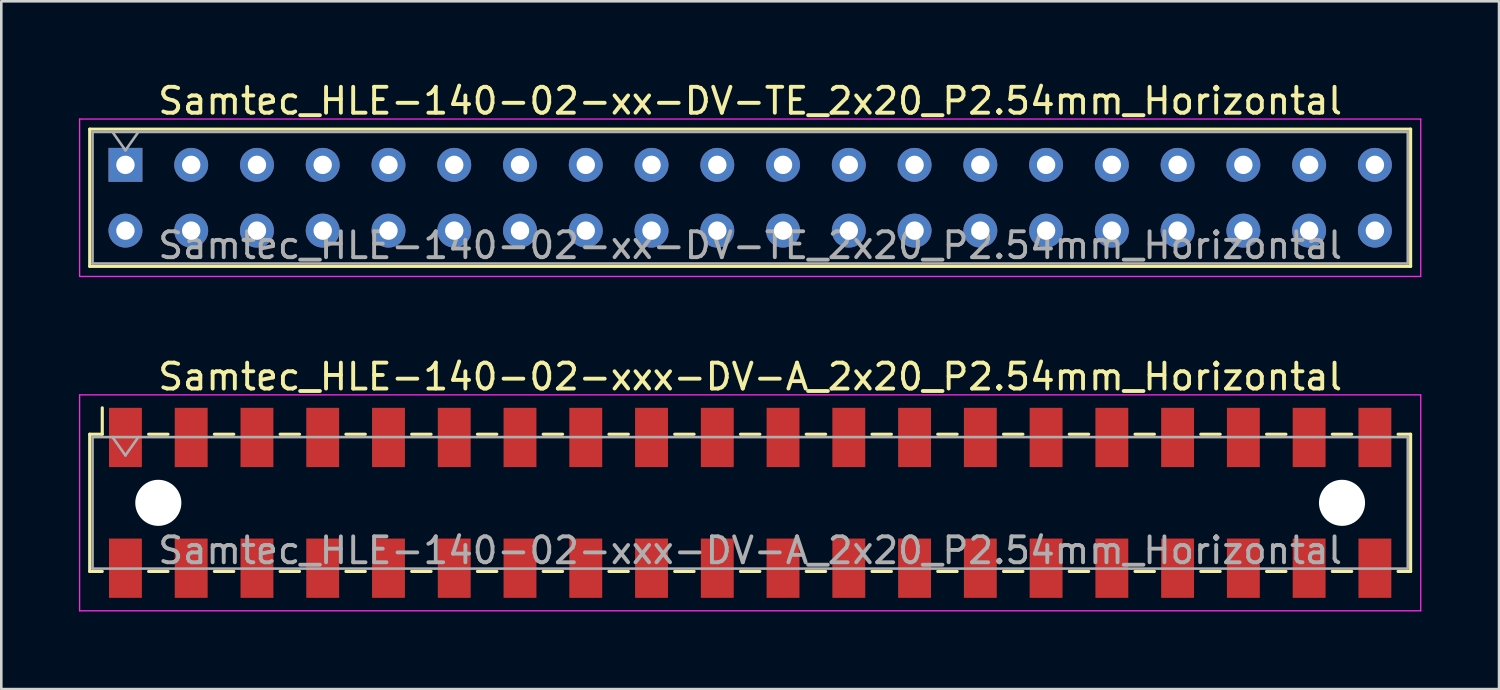
<source format=kicad_pcb>
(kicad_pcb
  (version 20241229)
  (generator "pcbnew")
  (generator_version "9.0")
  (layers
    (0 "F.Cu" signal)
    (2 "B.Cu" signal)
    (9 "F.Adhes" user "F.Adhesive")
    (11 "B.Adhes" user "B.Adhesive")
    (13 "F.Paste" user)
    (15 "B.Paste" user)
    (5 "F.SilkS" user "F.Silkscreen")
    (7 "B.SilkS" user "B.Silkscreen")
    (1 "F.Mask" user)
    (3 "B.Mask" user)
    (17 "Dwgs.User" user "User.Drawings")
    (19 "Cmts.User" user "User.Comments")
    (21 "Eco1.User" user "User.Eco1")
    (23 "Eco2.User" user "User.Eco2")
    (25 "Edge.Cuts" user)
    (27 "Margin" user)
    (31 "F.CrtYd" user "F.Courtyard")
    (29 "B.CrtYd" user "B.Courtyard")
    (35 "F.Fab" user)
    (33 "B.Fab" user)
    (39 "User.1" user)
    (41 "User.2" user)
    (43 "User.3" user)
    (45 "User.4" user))
  (footprint "Samtec_HLE-140-02-xxx-DV-A_2x20_P2.54mm_Horizontal"
    (layer "F.Cu")
    (at 25.925 16.372)
    (property "Reference" "Samtec_HLE-140-02-xxx-DV-A_2x20_P2.54mm_Horizontal" (at 0 -4.87 0) (layer "F.SilkS") (effects (font (size 1 1) (thickness 0.15))))
    (attr smd)
    (fp_line (start -25.51 -2.65) (end -25.51 2.65) (stroke (width 0.12) (type solid)) (layer "F.SilkS"))
    (fp_line (start -25.51 2.65) (end -25.025 2.65) (stroke (width 0.12) (type solid)) (layer "F.SilkS"))
    (fp_line (start -25.025 -3.67) (end -25.025 -2.65) (stroke (width 0.12) (type solid)) (layer "F.SilkS"))
    (fp_line (start -25.025 -2.65) (end -25.51 -2.65) (stroke (width 0.12) (type solid)) (layer "F.SilkS"))
    (fp_line (start -23.235 -2.65) (end -22.485 -2.65) (stroke (width 0.12) (type solid)) (layer "F.SilkS"))
    (fp_line (start -23.235 2.65) (end -22.485 2.65) (stroke (width 0.12) (type solid)) (layer "F.SilkS"))
    (fp_line (start -20.695 -2.65) (end -19.945 -2.65) (stroke (width 0.12) (type solid)) (layer "F.SilkS"))
    (fp_line (start -20.695 2.65) (end -19.945 2.65) (stroke (width 0.12) (type solid)) (layer "F.SilkS"))
    (fp_line (start -18.155 -2.65) (end -17.405 -2.65) (stroke (width 0.12) (type solid)) (layer "F.SilkS"))
    (fp_line (start -18.155 2.65) (end -17.405 2.65) (stroke (width 0.12) (type solid)) (layer "F.SilkS"))
    (fp_line (start -15.615 -2.65) (end -14.865 -2.65) (stroke (width 0.12) (type solid)) (layer "F.SilkS"))
    (fp_line (start -15.615 2.65) (end -14.865 2.65) (stroke (width 0.12) (type solid)) (layer "F.SilkS"))
    (fp_line (start -13.075 -2.65) (end -12.325 -2.65) (stroke (width 0.12) (type solid)) (layer "F.SilkS"))
    (fp_line (start -13.075 2.65) (end -12.325 2.65) (stroke (width 0.12) (type solid)) (layer "F.SilkS"))
    (fp_line (start -10.535 -2.65) (end -9.785 -2.65) (stroke (width 0.12) (type solid)) (layer "F.SilkS"))
    (fp_line (start -10.535 2.65) (end -9.785 2.65) (stroke (width 0.12) (type solid)) (layer "F.SilkS"))
    (fp_line (start -7.995 -2.65) (end -7.245 -2.65) (stroke (width 0.12) (type solid)) (layer "F.SilkS"))
    (fp_line (start -7.995 2.65) (end -7.245 2.65) (stroke (width 0.12) (type solid)) (layer "F.SilkS"))
    (fp_line (start -5.455 -2.65) (end -4.705 -2.65) (stroke (width 0.12) (type solid)) (layer "F.SilkS"))
    (fp_line (start -5.455 2.65) (end -4.705 2.65) (stroke (width 0.12) (type solid)) (layer "F.SilkS"))
    (fp_line (start -2.915 -2.65) (end -2.165 -2.65) (stroke (width 0.12) (type solid)) (layer "F.SilkS"))
    (fp_line (start -2.915 2.65) (end -2.165 2.65) (stroke (width 0.12) (type solid)) (layer "F.SilkS"))
    (fp_line (start -0.375 -2.65) (end 0.375 -2.65) (stroke (width 0.12) (type solid)) (layer "F.SilkS"))
    (fp_line (start -0.375 2.65) (end 0.375 2.65) (stroke (width 0.12) (type solid)) (layer "F.SilkS"))
    (fp_line (start 2.165 -2.65) (end 2.915 -2.65) (stroke (width 0.12) (type solid)) (layer "F.SilkS"))
    (fp_line (start 2.165 2.65) (end 2.915 2.65) (stroke (width 0.12) (type solid)) (layer "F.SilkS"))
    (fp_line (start 4.705 -2.65) (end 5.455 -2.65) (stroke (width 0.12) (type solid)) (layer "F.SilkS"))
    (fp_line (start 4.705 2.65) (end 5.455 2.65) (stroke (width 0.12) (type solid)) (layer "F.SilkS"))
    (fp_line (start 7.245 -2.65) (end 7.995 -2.65) (stroke (width 0.12) (type solid)) (layer "F.SilkS"))
    (fp_line (start 7.245 2.65) (end 7.995 2.65) (stroke (width 0.12) (type solid)) (layer "F.SilkS"))
    (fp_line (start 9.785 -2.65) (end 10.535 -2.65) (stroke (width 0.12) (type solid)) (layer "F.SilkS"))
    (fp_line (start 9.785 2.65) (end 10.535 2.65) (stroke (width 0.12) (type solid)) (layer "F.SilkS"))
    (fp_line (start 12.325 -2.65) (end 13.075 -2.65) (stroke (width 0.12) (type solid)) (layer "F.SilkS"))
    (fp_line (start 12.325 2.65) (end 13.075 2.65) (stroke (width 0.12) (type solid)) (layer "F.SilkS"))
    (fp_line (start 14.865 -2.65) (end 15.615 -2.65) (stroke (width 0.12) (type solid)) (layer "F.SilkS"))
    (fp_line (start 14.865 2.65) (end 15.615 2.65) (stroke (width 0.12) (type solid)) (layer "F.SilkS"))
    (fp_line (start 17.405 -2.65) (end 18.155 -2.65) (stroke (width 0.12) (type solid)) (layer "F.SilkS"))
    (fp_line (start 17.405 2.65) (end 18.155 2.65) (stroke (width 0.12) (type solid)) (layer "F.SilkS"))
    (fp_line (start 19.945 -2.65) (end 20.695 -2.65) (stroke (width 0.12) (type solid)) (layer "F.SilkS"))
    (fp_line (start 19.945 2.65) (end 20.695 2.65) (stroke (width 0.12) (type solid)) (layer "F.SilkS"))
    (fp_line (start 22.485 -2.65) (end 23.235 -2.65) (stroke (width 0.12) (type solid)) (layer "F.SilkS"))
    (fp_line (start 22.485 2.65) (end 23.235 2.65) (stroke (width 0.12) (type solid)) (layer "F.SilkS"))
    (fp_line (start 25.025 -2.65) (end 25.51 -2.65) (stroke (width 0.12) (type solid)) (layer "F.SilkS"))
    (fp_line (start 25.51 -2.65) (end 25.51 2.65) (stroke (width 0.12) (type solid)) (layer "F.SilkS"))
    (fp_line (start 25.51 2.65) (end 25.025 2.65) (stroke (width 0.12) (type solid)) (layer "F.SilkS"))
    (fp_line (start -25.9 -4.17) (end 25.9 -4.17) (stroke (width 0.05) (type solid)) (layer "F.CrtYd"))
    (fp_line (start -25.9 4.17) (end -25.9 -4.17) (stroke (width 0.05) (type solid)) (layer "F.CrtYd"))
    (fp_line (start 25.9 -4.17) (end 25.9 4.17) (stroke (width 0.05) (type solid)) (layer "F.CrtYd"))
    (fp_line (start 25.9 4.17) (end -25.9 4.17) (stroke (width 0.05) (type solid)) (layer "F.CrtYd"))
    (fp_line (start -25.4 -2.54) (end 25.4 -2.54) (stroke (width 0.1) (type solid)) (layer "F.Fab"))
    (fp_line (start -25.4 2.54) (end -25.4 -2.54) (stroke (width 0.1) (type solid)) (layer "F.Fab"))
    (fp_line (start -24.63 -2.54) (end -24.13 -1.833) (stroke (width 0.1) (type solid)) (layer "F.Fab"))
    (fp_line (start -24.13 -1.833) (end -23.63 -2.54) (stroke (width 0.1) (type solid)) (layer "F.Fab"))
    (fp_line (start 25.4 -2.54) (end 25.4 2.54) (stroke (width 0.1) (type solid)) (layer "F.Fab"))
    (fp_line (start 25.4 2.54) (end -25.4 2.54) (stroke (width 0.1) (type solid)) (layer "F.Fab"))
    (fp_text user "${REFERENCE}" (at 0 1.84 0) (layer "F.Fab") (effects (font (size 1 1) (thickness 0.15))))
    (pad "" np_thru_hole circle (at -22.86 0) (size 1.78 1.78) (drill 1.78) (layers "*.Cu" "*.Mask"))
    (pad "" np_thru_hole circle (at 22.86 0) (size 1.78 1.78) (drill 1.78) (layers "*.Cu" "*.Mask"))
    (pad "1" smd rect (at -24.13 -2.525) (size 1.27 2.29) (layers "F.Cu" "F.Mask" "F.Paste"))
    (pad "2" smd rect (at -24.13 2.525) (size 1.27 2.29) (layers "F.Cu" "F.Mask" "F.Paste"))
    (pad "3" smd rect (at -21.59 -2.525) (size 1.27 2.29) (layers "F.Cu" "F.Mask" "F.Paste"))
    (pad "4" smd rect (at -21.59 2.525) (size 1.27 2.29) (layers "F.Cu" "F.Mask" "F.Paste"))
    (pad "5" smd rect (at -19.05 -2.525) (size 1.27 2.29) (layers "F.Cu" "F.Mask" "F.Paste"))
    (pad "6" smd rect (at -19.05 2.525) (size 1.27 2.29) (layers "F.Cu" "F.Mask" "F.Paste"))
    (pad "7" smd rect (at -16.51 -2.525) (size 1.27 2.29) (layers "F.Cu" "F.Mask" "F.Paste"))
    (pad "8" smd rect (at -16.51 2.525) (size 1.27 2.29) (layers "F.Cu" "F.Mask" "F.Paste"))
    (pad "9" smd rect (at -13.97 -2.525) (size 1.27 2.29) (layers "F.Cu" "F.Mask" "F.Paste"))
    (pad "10" smd rect (at -13.97 2.525) (size 1.27 2.29) (layers "F.Cu" "F.Mask" "F.Paste"))
    (pad "11" smd rect (at -11.43 -2.525) (size 1.27 2.29) (layers "F.Cu" "F.Mask" "F.Paste"))
    (pad "12" smd rect (at -11.43 2.525) (size 1.27 2.29) (layers "F.Cu" "F.Mask" "F.Paste"))
    (pad "13" smd rect (at -8.89 -2.525) (size 1.27 2.29) (layers "F.Cu" "F.Mask" "F.Paste"))
    (pad "14" smd rect (at -8.89 2.525) (size 1.27 2.29) (layers "F.Cu" "F.Mask" "F.Paste"))
    (pad "15" smd rect (at -6.35 -2.525) (size 1.27 2.29) (layers "F.Cu" "F.Mask" "F.Paste"))
    (pad "16" smd rect (at -6.35 2.525) (size 1.27 2.29) (layers "F.Cu" "F.Mask" "F.Paste"))
    (pad "17" smd rect (at -3.81 -2.525) (size 1.27 2.29) (layers "F.Cu" "F.Mask" "F.Paste"))
    (pad "18" smd rect (at -3.81 2.525) (size 1.27 2.29) (layers "F.Cu" "F.Mask" "F.Paste"))
    (pad "19" smd rect (at -1.27 -2.525) (size 1.27 2.29) (layers "F.Cu" "F.Mask" "F.Paste"))
    (pad "20" smd rect (at -1.27 2.525) (size 1.27 2.29) (layers "F.Cu" "F.Mask" "F.Paste"))
    (pad "21" smd rect (at 1.27 -2.525) (size 1.27 2.29) (layers "F.Cu" "F.Mask" "F.Paste"))
    (pad "22" smd rect (at 1.27 2.525) (size 1.27 2.29) (layers "F.Cu" "F.Mask" "F.Paste"))
    (pad "23" smd rect (at 3.81 -2.525) (size 1.27 2.29) (layers "F.Cu" "F.Mask" "F.Paste"))
    (pad "24" smd rect (at 3.81 2.525) (size 1.27 2.29) (layers "F.Cu" "F.Mask" "F.Paste"))
    (pad "25" smd rect (at 6.35 -2.525) (size 1.27 2.29) (layers "F.Cu" "F.Mask" "F.Paste"))
    (pad "26" smd rect (at 6.35 2.525) (size 1.27 2.29) (layers "F.Cu" "F.Mask" "F.Paste"))
    (pad "27" smd rect (at 8.89 -2.525) (size 1.27 2.29) (layers "F.Cu" "F.Mask" "F.Paste"))
    (pad "28" smd rect (at 8.89 2.525) (size 1.27 2.29) (layers "F.Cu" "F.Mask" "F.Paste"))
    (pad "29" smd rect (at 11.43 -2.525) (size 1.27 2.29) (layers "F.Cu" "F.Mask" "F.Paste"))
    (pad "30" smd rect (at 11.43 2.525) (size 1.27 2.29) (layers "F.Cu" "F.Mask" "F.Paste"))
    (pad "31" smd rect (at 13.97 -2.525) (size 1.27 2.29) (layers "F.Cu" "F.Mask" "F.Paste"))
    (pad "32" smd rect (at 13.97 2.525) (size 1.27 2.29) (layers "F.Cu" "F.Mask" "F.Paste"))
    (pad "33" smd rect (at 16.51 -2.525) (size 1.27 2.29) (layers "F.Cu" "F.Mask" "F.Paste"))
    (pad "34" smd rect (at 16.51 2.525) (size 1.27 2.29) (layers "F.Cu" "F.Mask" "F.Paste"))
    (pad "35" smd rect (at 19.05 -2.525) (size 1.27 2.29) (layers "F.Cu" "F.Mask" "F.Paste"))
    (pad "36" smd rect (at 19.05 2.525) (size 1.27 2.29) (layers "F.Cu" "F.Mask" "F.Paste"))
    (pad "37" smd rect (at 21.59 -2.525) (size 1.27 2.29) (layers "F.Cu" "F.Mask" "F.Paste"))
    (pad "38" smd rect (at 21.59 2.525) (size 1.27 2.29) (layers "F.Cu" "F.Mask" "F.Paste"))
    (pad "39" smd rect (at 24.13 -2.525) (size 1.27 2.29) (layers "F.Cu" "F.Mask" "F.Paste"))
    (pad "40" smd rect (at 24.13 2.525) (size 1.27 2.29) (layers "F.Cu" "F.Mask" "F.Paste")))
  (footprint "Samtec_HLE-140-02-xx-DV-TE_2x20_P2.54mm_Horizontal"
    (layer "F.Cu")
    (at 1.795 3.318)
    (property "Reference" "Samtec_HLE-140-02-xx-DV-TE_2x20_P2.54mm_Horizontal" (at 24.13 -2.47 0) (layer "F.SilkS") (effects (font (size 1 1) (thickness 0.15))))
    (attr through_hole)
    (fp_line (start -1.38 -1.38) (end 49.64 -1.38) (stroke (width 0.12) (type solid)) (layer "F.SilkS"))
    (fp_line (start -1.38 3.92) (end -1.38 -1.38) (stroke (width 0.12) (type solid)) (layer "F.SilkS"))
    (fp_line (start 49.64 -1.38) (end 49.64 3.92) (stroke (width 0.12) (type solid)) (layer "F.SilkS"))
    (fp_line (start 49.64 3.92) (end -1.38 3.92) (stroke (width 0.12) (type solid)) (layer "F.SilkS"))
    (fp_line (start -1.77 -1.77) (end 50.03 -1.77) (stroke (width 0.05) (type solid)) (layer "F.CrtYd"))
    (fp_line (start -1.77 4.31) (end -1.77 -1.77) (stroke (width 0.05) (type solid)) (layer "F.CrtYd"))
    (fp_line (start 50.03 -1.77) (end 50.03 4.31) (stroke (width 0.05) (type solid)) (layer "F.CrtYd"))
    (fp_line (start 50.03 4.31) (end -1.77 4.31) (stroke (width 0.05) (type solid)) (layer "F.CrtYd"))
    (fp_line (start -1.27 -1.27) (end 49.53 -1.27) (stroke (width 0.1) (type solid)) (layer "F.Fab"))
    (fp_line (start -1.27 3.81) (end -1.27 -1.27) (stroke (width 0.1) (type solid)) (layer "F.Fab"))
    (fp_line (start -0.5 -1.27) (end 0 -0.563) (stroke (width 0.1) (type solid)) (layer "F.Fab"))
    (fp_line (start 0 -0.563) (end 0.5 -1.27) (stroke (width 0.1) (type solid)) (layer "F.Fab"))
    (fp_line (start 49.53 -1.27) (end 49.53 3.81) (stroke (width 0.1) (type solid)) (layer "F.Fab"))
    (fp_line (start 49.53 3.81) (end -1.27 3.81) (stroke (width 0.1) (type solid)) (layer "F.Fab"))
    (fp_text user "${REFERENCE}" (at 24.13 3.11 0) (layer "F.Fab") (effects (font (size 1 1) (thickness 0.15))))
    (pad "1" thru_hole rect (at 0 0) (size 1.31 1.31) (drill 0.71) (layers "*.Cu" "*.Mask"))
    (pad "2" thru_hole circle (at 0 2.54) (size 1.31 1.31) (drill 0.71) (layers "*.Cu" "*.Mask"))
    (pad "3" thru_hole circle (at 2.54 0) (size 1.31 1.31) (drill 0.71) (layers "*.Cu" "*.Mask"))
    (pad "4" thru_hole circle (at 2.54 2.54) (size 1.31 1.31) (drill 0.71) (layers "*.Cu" "*.Mask"))
    (pad "5" thru_hole circle (at 5.08 0) (size 1.31 1.31) (drill 0.71) (layers "*.Cu" "*.Mask"))
    (pad "6" thru_hole circle (at 5.08 2.54) (size 1.31 1.31) (drill 0.71) (layers "*.Cu" "*.Mask"))
    (pad "7" thru_hole circle (at 7.62 0) (size 1.31 1.31) (drill 0.71) (layers "*.Cu" "*.Mask"))
    (pad "8" thru_hole circle (at 7.62 2.54) (size 1.31 1.31) (drill 0.71) (layers "*.Cu" "*.Mask"))
    (pad "9" thru_hole circle (at 10.16 0) (size 1.31 1.31) (drill 0.71) (layers "*.Cu" "*.Mask"))
    (pad "10" thru_hole circle (at 10.16 2.54) (size 1.31 1.31) (drill 0.71) (layers "*.Cu" "*.Mask"))
    (pad "11" thru_hole circle (at 12.7 0) (size 1.31 1.31) (drill 0.71) (layers "*.Cu" "*.Mask"))
    (pad "12" thru_hole circle (at 12.7 2.54) (size 1.31 1.31) (drill 0.71) (layers "*.Cu" "*.Mask"))
    (pad "13" thru_hole circle (at 15.24 0) (size 1.31 1.31) (drill 0.71) (layers "*.Cu" "*.Mask"))
    (pad "14" thru_hole circle (at 15.24 2.54) (size 1.31 1.31) (drill 0.71) (layers "*.Cu" "*.Mask"))
    (pad "15" thru_hole circle (at 17.78 0) (size 1.31 1.31) (drill 0.71) (layers "*.Cu" "*.Mask"))
    (pad "16" thru_hole circle (at 17.78 2.54) (size 1.31 1.31) (drill 0.71) (layers "*.Cu" "*.Mask"))
    (pad "17" thru_hole circle (at 20.32 0) (size 1.31 1.31) (drill 0.71) (layers "*.Cu" "*.Mask"))
    (pad "18" thru_hole circle (at 20.32 2.54) (size 1.31 1.31) (drill 0.71) (layers "*.Cu" "*.Mask"))
    (pad "19" thru_hole circle (at 22.86 0) (size 1.31 1.31) (drill 0.71) (layers "*.Cu" "*.Mask"))
    (pad "20" thru_hole circle (at 22.86 2.54) (size 1.31 1.31) (drill 0.71) (layers "*.Cu" "*.Mask"))
    (pad "21" thru_hole circle (at 25.4 0) (size 1.31 1.31) (drill 0.71) (layers "*.Cu" "*.Mask"))
    (pad "22" thru_hole circle (at 25.4 2.54) (size 1.31 1.31) (drill 0.71) (layers "*.Cu" "*.Mask"))
    (pad "23" thru_hole circle (at 27.94 0) (size 1.31 1.31) (drill 0.71) (layers "*.Cu" "*.Mask"))
    (pad "24" thru_hole circle (at 27.94 2.54) (size 1.31 1.31) (drill 0.71) (layers "*.Cu" "*.Mask"))
    (pad "25" thru_hole circle (at 30.48 0) (size 1.31 1.31) (drill 0.71) (layers "*.Cu" "*.Mask"))
    (pad "26" thru_hole circle (at 30.48 2.54) (size 1.31 1.31) (drill 0.71) (layers "*.Cu" "*.Mask"))
    (pad "27" thru_hole circle (at 33.02 0) (size 1.31 1.31) (drill 0.71) (layers "*.Cu" "*.Mask"))
    (pad "28" thru_hole circle (at 33.02 2.54) (size 1.31 1.31) (drill 0.71) (layers "*.Cu" "*.Mask"))
    (pad "29" thru_hole circle (at 35.56 0) (size 1.31 1.31) (drill 0.71) (layers "*.Cu" "*.Mask"))
    (pad "30" thru_hole circle (at 35.56 2.54) (size 1.31 1.31) (drill 0.71) (layers "*.Cu" "*.Mask"))
    (pad "31" thru_hole circle (at 38.1 0) (size 1.31 1.31) (drill 0.71) (layers "*.Cu" "*.Mask"))
    (pad "32" thru_hole circle (at 38.1 2.54) (size 1.31 1.31) (drill 0.71) (layers "*.Cu" "*.Mask"))
    (pad "33" thru_hole circle (at 40.64 0) (size 1.31 1.31) (drill 0.71) (layers "*.Cu" "*.Mask"))
    (pad "34" thru_hole circle (at 40.64 2.54) (size 1.31 1.31) (drill 0.71) (layers "*.Cu" "*.Mask"))
    (pad "35" thru_hole circle (at 43.18 0) (size 1.31 1.31) (drill 0.71) (layers "*.Cu" "*.Mask"))
    (pad "36" thru_hole circle (at 43.18 2.54) (size 1.31 1.31) (drill 0.71) (layers "*.Cu" "*.Mask"))
    (pad "37" thru_hole circle (at 45.72 0) (size 1.31 1.31) (drill 0.71) (layers "*.Cu" "*.Mask"))
    (pad "38" thru_hole circle (at 45.72 2.54) (size 1.31 1.31) (drill 0.71) (layers "*.Cu" "*.Mask"))
    (pad "39" thru_hole circle (at 48.26 0) (size 1.31 1.31) (drill 0.71) (layers "*.Cu" "*.Mask"))
    (pad "40" thru_hole circle (at 48.26 2.54) (size 1.31 1.31) (drill 0.71) (layers "*.Cu" "*.Mask")))
  (gr_rect
    (start -3 -3)
    (end 54.85 23.567)
    (stroke (width 0.1) (type default))
    (fill no)
    (layer "Edge.Cuts")))
</source>
